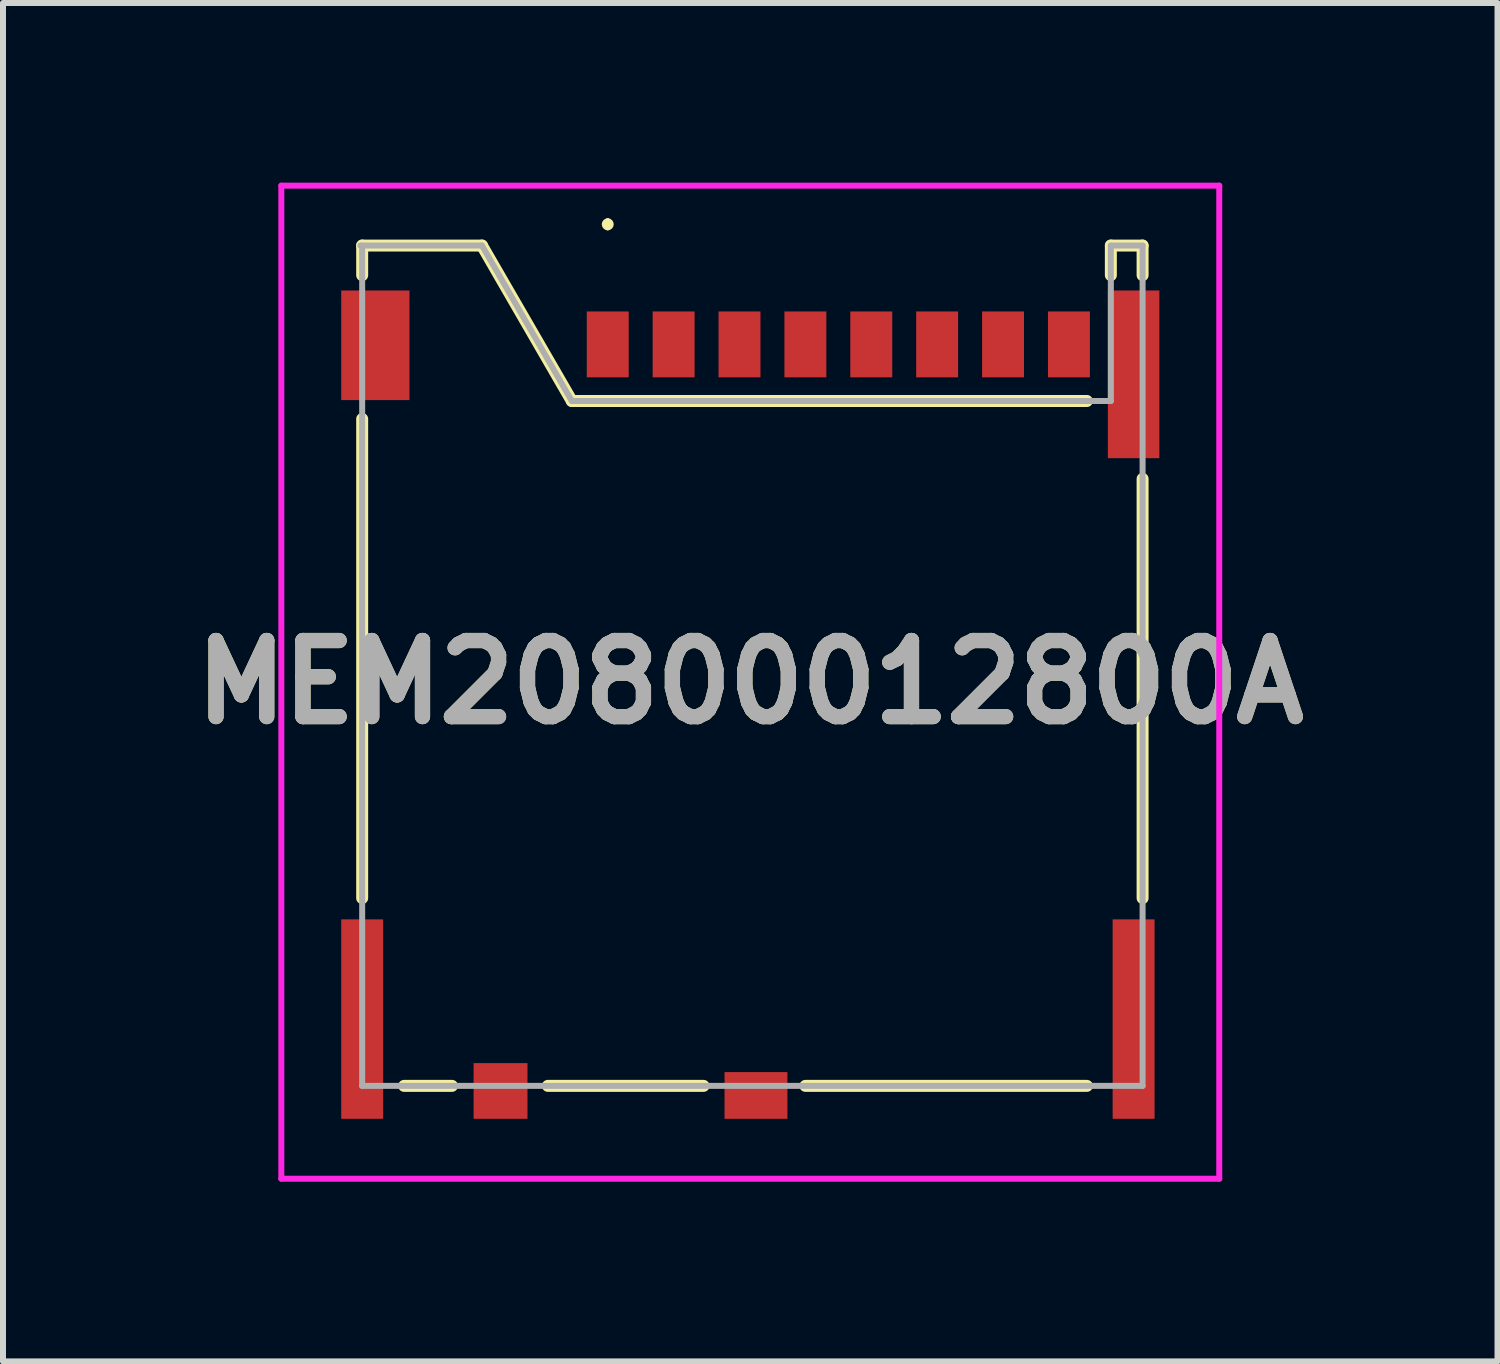
<source format=kicad_pcb>
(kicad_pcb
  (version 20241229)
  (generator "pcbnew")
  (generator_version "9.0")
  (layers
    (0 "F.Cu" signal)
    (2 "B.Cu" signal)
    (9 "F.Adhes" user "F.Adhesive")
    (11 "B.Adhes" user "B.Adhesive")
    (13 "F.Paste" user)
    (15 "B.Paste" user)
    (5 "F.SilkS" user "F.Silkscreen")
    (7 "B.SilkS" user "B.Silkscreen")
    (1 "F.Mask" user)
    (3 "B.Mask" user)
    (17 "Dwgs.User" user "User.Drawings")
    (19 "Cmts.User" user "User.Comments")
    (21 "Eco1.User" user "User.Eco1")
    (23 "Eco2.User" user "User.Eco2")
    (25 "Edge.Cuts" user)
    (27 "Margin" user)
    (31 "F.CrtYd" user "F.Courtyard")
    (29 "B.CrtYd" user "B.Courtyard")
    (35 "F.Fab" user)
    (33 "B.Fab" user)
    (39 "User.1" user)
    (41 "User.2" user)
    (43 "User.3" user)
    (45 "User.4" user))
  (footprint "MEM20800012800A"
    (layer "F.Cu")
    (at 9.477 8.34)
    (property "Reference" "MEM20800012800A" (at 0 0 0) (layer "F.SilkS") (effects (font (size 1.27 1.27) (thickness 0.254))))
    (attr smd)
    (fp_line (start -6.48 -7.29) (end -4.48 -7.29) (stroke (width 0.2) (type solid)) (layer "F.SilkS"))
    (fp_line (start -6.48 -6.795) (end -6.48 -7.29) (stroke (width 0.2) (type solid)) (layer "F.SilkS"))
    (fp_line (start -6.48 3.605) (end -6.48 -4.395) (stroke (width 0.2) (type solid)) (layer "F.SilkS"))
    (fp_line (start -5.78 6.74) (end -4.98 6.74) (stroke (width 0.2) (type solid)) (layer "F.SilkS"))
    (fp_line (start -4.48 -7.29) (end -2.98 -4.695) (stroke (width 0.2) (type solid)) (layer "F.SilkS"))
    (fp_line (start -2.98 -4.695) (end 5.62 -4.695) (stroke (width 0.2) (type solid)) (layer "F.SilkS"))
    (fp_line (start -2.38 -7.695) (end -2.38 -7.695) (stroke (width 0.1) (type solid)) (layer "F.SilkS"))
    (fp_line (start -2.38 -7.595) (end -2.38 -7.595) (stroke (width 0.1) (type solid)) (layer "F.SilkS"))
    (fp_line (start -0.78 6.74) (end -3.38 6.74) (stroke (width 0.2) (type solid)) (layer "F.SilkS"))
    (fp_line (start 5.62 6.74) (end 0.92 6.74) (stroke (width 0.2) (type solid)) (layer "F.SilkS"))
    (fp_line (start 6.02 -7.29) (end 6.55 -7.29) (stroke (width 0.2) (type solid)) (layer "F.SilkS"))
    (fp_line (start 6.02 -6.795) (end 6.02 -7.29) (stroke (width 0.2) (type solid)) (layer "F.SilkS"))
    (fp_line (start 6.55 -7.29) (end 6.55 -6.795) (stroke (width 0.2) (type solid)) (layer "F.SilkS"))
    (fp_line (start 6.55 -3.395) (end 6.55 3.605) (stroke (width 0.2) (type solid)) (layer "F.SilkS"))
    (fp_arc (start -2.38 -7.695) (mid -2.33 -7.645) (end -2.38 -7.595) (stroke (width 0.1) (type solid)) (layer "F.SilkS"))
    (fp_arc (start -2.38 -7.595) (mid -2.43 -7.645) (end -2.38 -7.695) (stroke (width 0.1) (type solid)) (layer "F.SilkS"))
    (fp_line (start -7.83 -8.29) (end 7.83 -8.29) (stroke (width 0.1) (type solid)) (layer "F.CrtYd"))
    (fp_line (start -7.83 8.29) (end -7.83 -8.29) (stroke (width 0.1) (type solid)) (layer "F.CrtYd"))
    (fp_line (start 7.83 -8.29) (end 7.83 8.29) (stroke (width 0.1) (type solid)) (layer "F.CrtYd"))
    (fp_line (start 7.83 8.29) (end -7.83 8.29) (stroke (width 0.1) (type solid)) (layer "F.CrtYd"))
    (fp_line (start -6.48 -7.29) (end -6.48 6.74) (stroke (width 0.1) (type solid)) (layer "F.Fab"))
    (fp_line (start -6.48 6.74) (end 6.55 6.74) (stroke (width 0.1) (type solid)) (layer "F.Fab"))
    (fp_line (start -4.48 -7.29) (end -6.51 -7.29) (stroke (width 0.1) (type solid)) (layer "F.Fab"))
    (fp_line (start -2.98 -4.695) (end -4.48 -7.29) (stroke (width 0.1) (type solid)) (layer "F.Fab"))
    (fp_line (start 6.02 -7.29) (end 6.02 -4.695) (stroke (width 0.1) (type solid)) (layer "F.Fab"))
    (fp_line (start 6.02 -4.695) (end -2.98 -4.695) (stroke (width 0.1) (type solid)) (layer "F.Fab"))
    (fp_line (start 6.55 -7.29) (end 6.02 -7.29) (stroke (width 0.1) (type solid)) (layer "F.Fab"))
    (fp_line (start 6.55 6.74) (end 6.55 -7.29) (stroke (width 0.1) (type solid)) (layer "F.Fab"))
    (fp_text user "${REFERENCE}" (at 0 0 0) (layer "F.Fab") (effects (font (size 1.27 1.27) (thickness 0.254))))
    (pad "1" smd rect (at -2.38 -5.64) (size 0.7 1.1) (layers "F.Cu" "F.Mask" "F.Paste"))
    (pad "2" smd rect (at -1.28 -5.64) (size 0.7 1.1) (layers "F.Cu" "F.Mask" "F.Paste"))
    (pad "3" smd rect (at -0.18 -5.64) (size 0.7 1.1) (layers "F.Cu" "F.Mask" "F.Paste"))
    (pad "4" smd rect (at 0.92 -5.64) (size 0.7 1.1) (layers "F.Cu" "F.Mask" "F.Paste"))
    (pad "5" smd rect (at 2.02 -5.64) (size 0.7 1.1) (layers "F.Cu" "F.Mask" "F.Paste"))
    (pad "6" smd rect (at 3.12 -5.64) (size 0.7 1.1) (layers "F.Cu" "F.Mask" "F.Paste"))
    (pad "7" smd rect (at 4.22 -5.64) (size 0.7 1.1) (layers "F.Cu" "F.Mask" "F.Paste"))
    (pad "8" smd rect (at 5.32 -5.64) (size 0.7 1.1) (layers "F.Cu" "F.Mask" "F.Paste"))
    (pad "DSW1" smd rect (at -4.17 6.825) (size 0.9 0.93) (layers "F.Cu" "F.Mask" "F.Paste"))
    (pad "DSW2" smd rect (at 0.095 6.9 90) (size 0.78 1.05) (layers "F.Cu" "F.Mask" "F.Paste"))
    (pad "MP1" smd rect (at -6.26 -5.625) (size 1.14 1.83) (layers "F.Cu" "F.Mask" "F.Paste"))
    (pad "MP2" smd rect (at 6.4 -5.14) (size 0.86 2.8) (layers "F.Cu" "F.Mask" "F.Paste"))
    (pad "MP3" smd rect (at -6.48 5.625) (size 0.7 3.33) (layers "F.Cu" "F.Mask" "F.Paste"))
    (pad "MP4" smd rect (at 6.4 5.625) (size 0.7 3.33) (layers "F.Cu" "F.Mask" "F.Paste")))
  (gr_rect
    (start -3 -3)
    (end 21.953 19.68)
    (stroke (width 0.1) (type default))
    (fill no)
    (layer "Edge.Cuts")))
</source>
